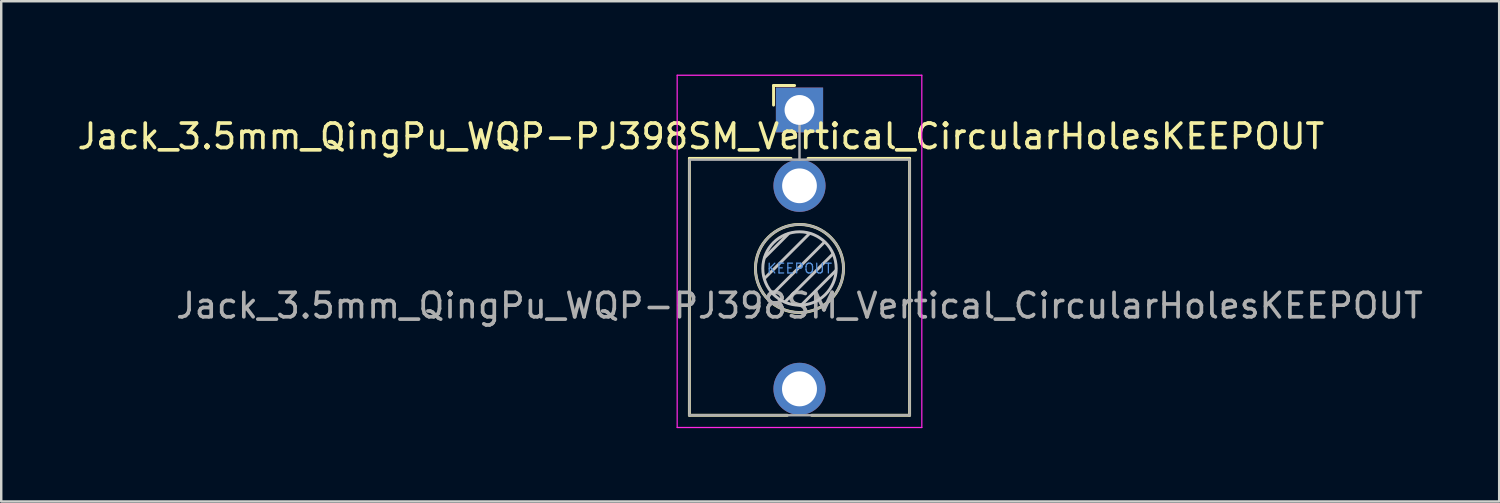
<source format=kicad_pcb>
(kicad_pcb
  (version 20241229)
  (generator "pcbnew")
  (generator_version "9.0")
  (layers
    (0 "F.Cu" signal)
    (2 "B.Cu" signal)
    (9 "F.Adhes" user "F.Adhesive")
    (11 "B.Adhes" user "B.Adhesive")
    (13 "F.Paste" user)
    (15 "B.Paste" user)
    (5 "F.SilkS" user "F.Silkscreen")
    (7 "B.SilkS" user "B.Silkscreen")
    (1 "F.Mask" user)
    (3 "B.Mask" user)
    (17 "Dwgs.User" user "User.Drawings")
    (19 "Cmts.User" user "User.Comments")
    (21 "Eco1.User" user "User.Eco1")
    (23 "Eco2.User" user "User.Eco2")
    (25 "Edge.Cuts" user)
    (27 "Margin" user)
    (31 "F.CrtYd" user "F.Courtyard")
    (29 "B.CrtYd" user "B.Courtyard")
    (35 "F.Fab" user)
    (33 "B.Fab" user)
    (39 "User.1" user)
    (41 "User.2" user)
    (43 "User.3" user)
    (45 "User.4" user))
  (footprint "Jack_3.5mm_QingPu_WQP-PJ398SM_Vertical_CircularHolesKEEPOUT"
    (layer "F.Cu")
    (at 29.631 1.445)
    (property "Reference" "Jack_3.5mm_QingPu_WQP-PJ398SM_Vertical_CircularHolesKEEPOUT" (at -4.03 1.08 180) (layer "F.SilkS") (effects (font (size 1 1) (thickness 0.15))))
    (attr through_hole)
    (fp_line (start -4.5 1.98) (end -4.5 12.48) (stroke (width 0.12) (type solid)) (layer "F.SilkS"))
    (fp_line (start -1.06 -1) (end -1.06 -0.2) (stroke (width 0.12) (type solid)) (layer "F.SilkS"))
    (fp_line (start -1.06 -1) (end -0.2 -1) (stroke (width 0.12) (type solid)) (layer "F.SilkS"))
    (fp_line (start -0.5 12.48) (end -4.5 12.48) (stroke (width 0.12) (type solid)) (layer "F.SilkS"))
    (fp_line (start -0.35 1.98) (end -4.5 1.98) (stroke (width 0.12) (type solid)) (layer "F.SilkS"))
    (fp_line (start 4.5 1.98) (end 0.35 1.98) (stroke (width 0.12) (type solid)) (layer "F.SilkS"))
    (fp_line (start 4.5 1.98) (end 4.5 12.48) (stroke (width 0.12) (type solid)) (layer "F.SilkS"))
    (fp_line (start 4.5 12.48) (end 0.5 12.48) (stroke (width 0.12) (type solid)) (layer "F.SilkS"))
    (fp_circle (center 0 6.48) (end 1.8 6.48) (stroke (width 0.12) (type solid)) (fill no) (layer "F.SilkS"))
    (fp_line (start -1.42 6.875) (end 0.4 5.06) (stroke (width 0.12) (type solid)) (layer "Dwgs.User"))
    (fp_line (start -1.41 6.02) (end -0.46 5.07) (stroke (width 0.12) (type solid)) (layer "Dwgs.User"))
    (fp_line (start -1.07 7.49) (end 1.01 5.41) (stroke (width 0.12) (type solid)) (layer "Dwgs.User"))
    (fp_line (start -0.58 7.83) (end 1.36 5.89) (stroke (width 0.12) (type solid)) (layer "Dwgs.User"))
    (fp_line (start 0.09 7.96) (end 1.48 6.57) (stroke (width 0.12) (type solid)) (layer "Dwgs.User"))
    (fp_circle (center 0 6.48) (end 1.5 6.48) (stroke (width 0.12) (type solid)) (fill no) (layer "Dwgs.User"))
    (fp_line (start -5 12.98) (end -5 -1.42) (stroke (width 0.05) (type solid)) (layer "F.CrtYd"))
    (fp_line (start 5 -1.42) (end -5 -1.42) (stroke (width 0.05) (type solid)) (layer "F.CrtYd"))
    (fp_line (start 5 12.98) (end -5 12.98) (stroke (width 0.05) (type solid)) (layer "F.CrtYd"))
    (fp_line (start 5 12.98) (end 5 -1.42) (stroke (width 0.05) (type solid)) (layer "F.CrtYd"))
    (fp_line (start -4.5 12.48) (end -4.5 2.08) (stroke (width 0.1) (type solid)) (layer "F.Fab"))
    (fp_line (start 0 0) (end 0 2.03) (stroke (width 0.1) (type solid)) (layer "F.Fab"))
    (fp_line (start 4.5 2.03) (end -4.5 2.03) (stroke (width 0.1) (type solid)) (layer "F.Fab"))
    (fp_line (start 4.5 12.48) (end -4.5 12.48) (stroke (width 0.1) (type solid)) (layer "F.Fab"))
    (fp_line (start 4.5 12.48) (end 4.5 2.08) (stroke (width 0.1) (type solid)) (layer "F.Fab"))
    (fp_circle (center 0 6.48) (end 1.8 6.48) (stroke (width 0.1) (type solid)) (fill no) (layer "F.Fab"))
    (fp_text user "KEEPOUT" (at 0 6.48 0) (layer "Cmts.User") (effects (font (size 0.4 0.4) (thickness 0.051))))
    (fp_text user "${REFERENCE}" (at 0 8 180) (layer "F.Fab") (effects (font (size 1 1) (thickness 0.15))))
    (pad "1" thru_hole rect (at 0 0 180) (size 1.93 1.83) (drill 1.22) (layers "*.Cu" "*.Mask"))
    (pad "2" thru_hole circle (at 0 3.1 180) (size 2.13 2.13) (drill 1.42) (layers "*.Cu" "*.Mask"))
    (pad "3" thru_hole circle (at 0 11.4 180) (size 2.13 2.13) (drill 1.43) (layers "*.Cu" "*.Mask"))
    (zone (net_name "") (layer "F.Cu") (hatch edge 0.508) (connect_pads) (min_thickness 0.254) (filled_areas_thickness no) (keepout (tracks not_allowed) (vias not_allowed) (pads not_allowed) (copperpour allowed) (footprints allowed)) (placement (enabled no)) (fill) (polygon (pts (xy 31.663 10.081) (xy 27.345 9.827) (xy 27.345 6.017) (xy 32.171 5.61)))))
  (gr_rect
    (start -3 -3)
    (end 58.232 17.45)
    (stroke (width 0.1) (type default))
    (fill no)
    (layer "Edge.Cuts")))
</source>
